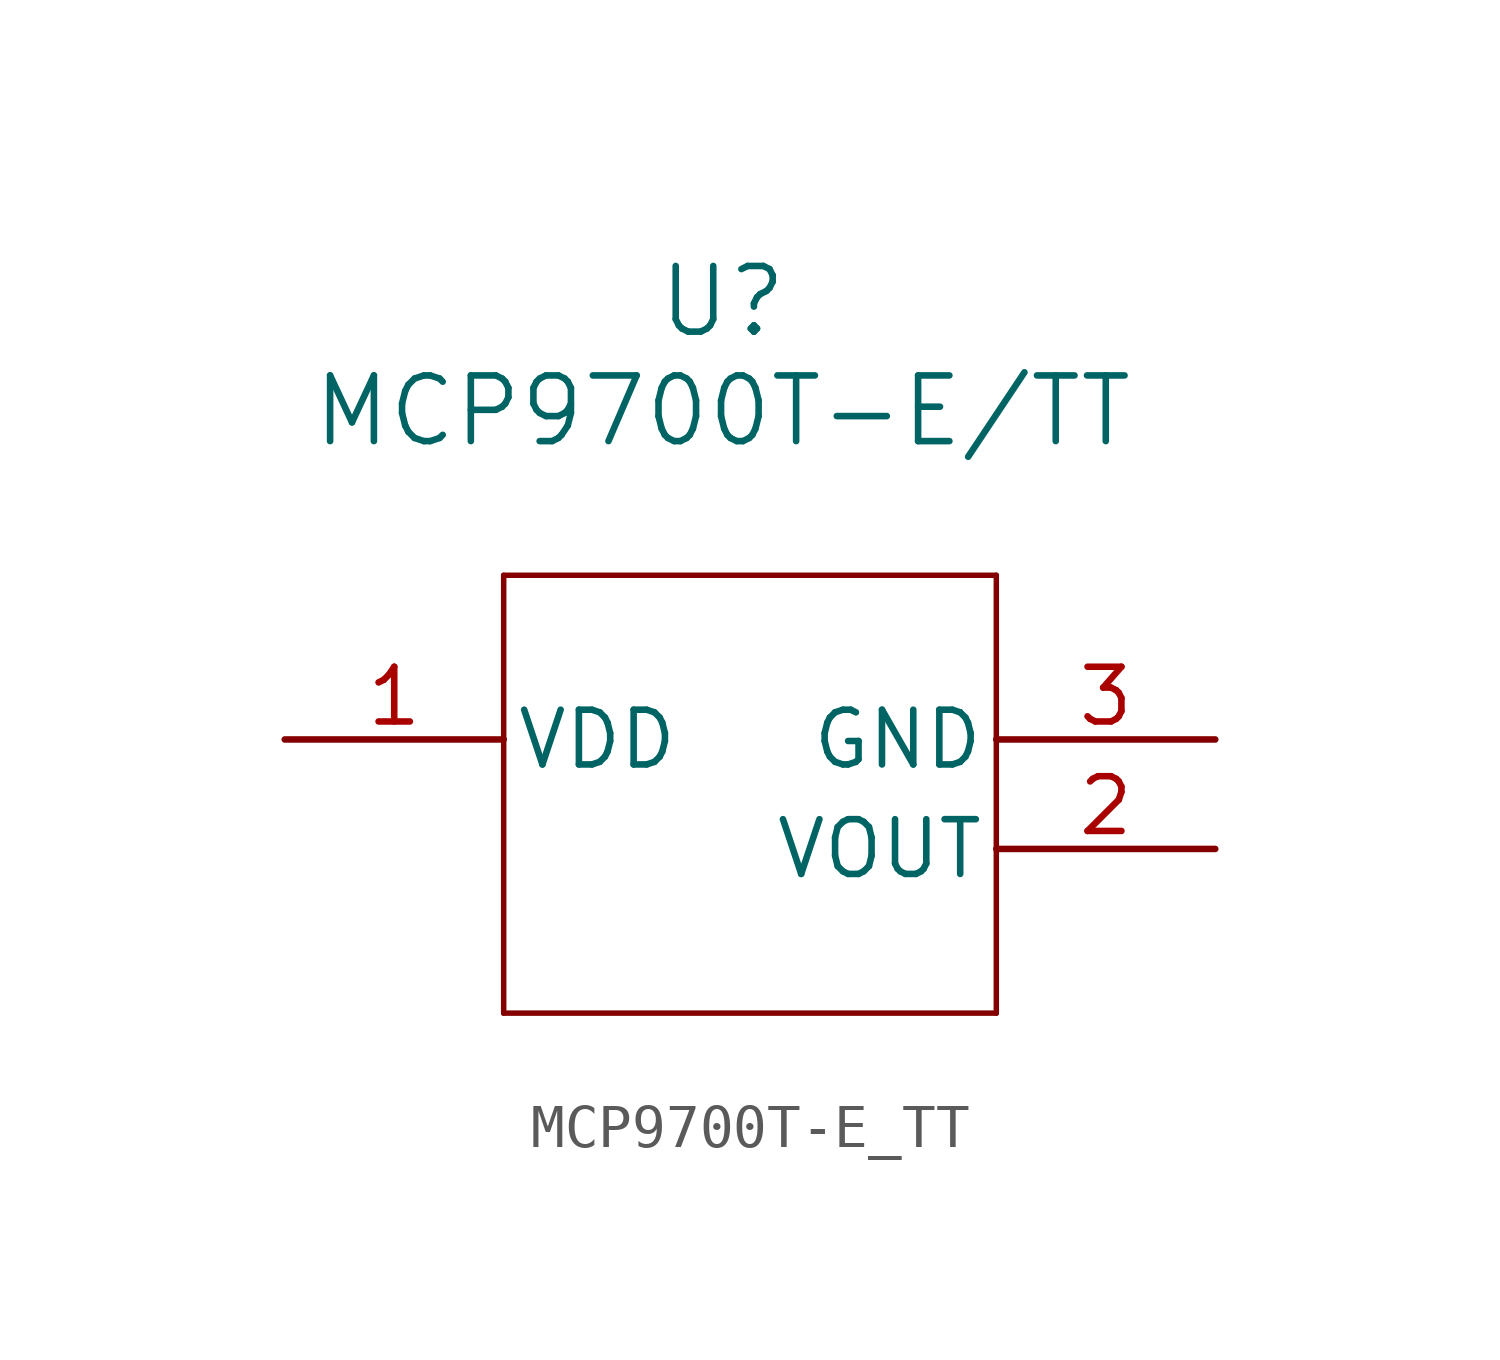
<source format=kicad_sym>
(kicad_symbol_lib
  (version 20220914)
  (generator kicad_symbol_editor)
  (symbol "MCP9700T-E_TT"
    (pin_names
      (offset 0.254))
    (property "Reference" "U"
      (at 10.16 10.16 0)
      (effects (font (size 1.524 1.524))))
    (property "Value" "MCP9700T-E/TT"
      (at 10.16 7.62 0)
      (effects (font (size 1.524 1.524))))
    (property "ki_locked" ""
      (at 0 0 0)
      (effects (font (size 1.27 1.27))))
    (symbol "MCP9700T-E_TT_0_1"
      (polyline (pts (xy 5.08 -6.35) (xy 16.51 -6.35)) (stroke (width 0.127) (type default)) (fill (type none)))
      (polyline (pts (xy 5.08 3.81) (xy 5.08 -6.35)) (stroke (width 0.127) (type default)) (fill (type none)))
      (polyline (pts (xy 16.51 -6.35) (xy 16.51 3.81)) (stroke (width 0.127) (type default)) (fill (type none)))
      (polyline (pts (xy 16.51 3.81) (xy 5.08 3.81)) (stroke (width 0.127) (type default)) (fill (type none))))
    (symbol "MCP9700T-E_TT_1_1"
      (pin unspecified line (at 0 0 0) (length 5.08) (name "VDD" (effects (font (size 1.27 1.27)))) (number "1" (effects (font (size 1.27 1.27)))))
      (pin unspecified line (at 21.59 -2.54 180) (length 5.08) (name "VOUT" (effects (font (size 1.27 1.27)))) (number "2" (effects (font (size 1.27 1.27)))))
      (pin unspecified line (at 21.59 0 180) (length 5.08) (name "GND" (effects (font (size 1.27 1.27)))) (number "3" (effects (font (size 1.27 1.27))))))))
</source>
